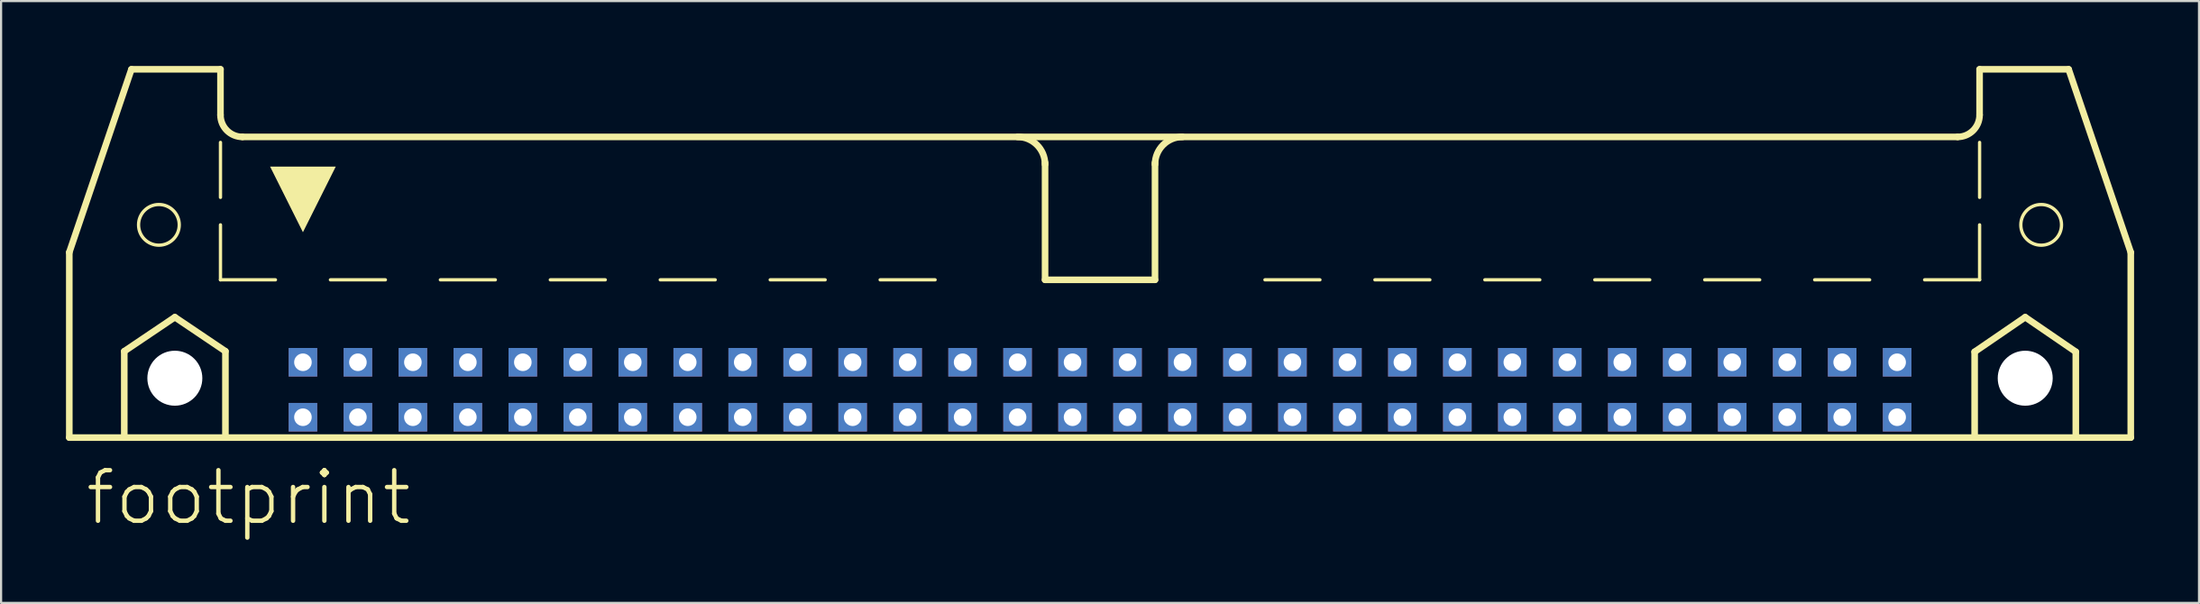
<source format=kicad_pcb>
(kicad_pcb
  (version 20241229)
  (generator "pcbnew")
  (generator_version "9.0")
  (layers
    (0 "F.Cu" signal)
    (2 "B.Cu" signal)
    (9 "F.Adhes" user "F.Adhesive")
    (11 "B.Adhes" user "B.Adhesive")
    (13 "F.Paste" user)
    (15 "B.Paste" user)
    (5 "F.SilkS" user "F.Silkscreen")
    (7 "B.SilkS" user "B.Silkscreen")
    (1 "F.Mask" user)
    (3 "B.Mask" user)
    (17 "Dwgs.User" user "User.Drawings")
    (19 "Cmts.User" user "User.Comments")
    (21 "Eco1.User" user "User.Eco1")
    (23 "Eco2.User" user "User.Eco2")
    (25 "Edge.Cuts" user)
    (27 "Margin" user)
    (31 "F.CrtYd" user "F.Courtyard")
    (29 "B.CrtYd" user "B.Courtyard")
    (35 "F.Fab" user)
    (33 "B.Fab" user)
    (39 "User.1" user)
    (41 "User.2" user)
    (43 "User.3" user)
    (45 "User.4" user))
  (footprint "footprint"
    (layer "F.Cu")
    (at 47.777 11.151)
    (property "Reference" "footprint" (at -46.99 10.16 0) (layer "F.SilkS") (effects (font (size 2.337 2.337) (thickness 0.203)) (justify left bottom)))
    (fp_line (start -47.625 -2.54) (end -47.625 6.02) (stroke (width 0.305) (type solid)) (layer "F.SilkS"))
    (fp_line (start -47.625 -2.54) (end -44.755 -10.998) (stroke (width 0.305) (type solid)) (layer "F.SilkS"))
    (fp_line (start -47.625 6.02) (end -45.085 6.02) (stroke (width 0.305) (type solid)) (layer "F.SilkS"))
    (fp_line (start -45.085 2.032) (end -42.748 0.457) (stroke (width 0.305) (type solid)) (layer "F.SilkS"))
    (fp_line (start -45.085 6.02) (end -45.085 2.032) (stroke (width 0.305) (type solid)) (layer "F.SilkS"))
    (fp_line (start -45.085 6.02) (end -40.411 6.02) (stroke (width 0.305) (type solid)) (layer "F.SilkS"))
    (fp_line (start -42.748 0.457) (end -40.411 2.032) (stroke (width 0.305) (type solid)) (layer "F.SilkS"))
    (fp_line (start -40.64 -10.998) (end -44.755 -10.998) (stroke (width 0.305) (type solid)) (layer "F.SilkS"))
    (fp_line (start -40.64 -8.89) (end -40.64 -10.998) (stroke (width 0.305) (type solid)) (layer "F.SilkS"))
    (fp_line (start -40.64 -5.08) (end -40.64 -7.62) (stroke (width 0.152) (type solid)) (layer "F.SilkS"))
    (fp_line (start -40.64 -1.27) (end -40.64 -3.81) (stroke (width 0.152) (type solid)) (layer "F.SilkS"))
    (fp_line (start -40.64 -1.27) (end -38.1 -1.27) (stroke (width 0.152) (type solid)) (layer "F.SilkS"))
    (fp_line (start -40.411 2.032) (end -40.411 6.02) (stroke (width 0.305) (type solid)) (layer "F.SilkS"))
    (fp_line (start -40.411 6.02) (end 40.411 6.02) (stroke (width 0.305) (type solid)) (layer "F.SilkS"))
    (fp_line (start -39.624 -7.874) (end 39.624 -7.874) (stroke (width 0.305) (type solid)) (layer "F.SilkS"))
    (fp_line (start -35.56 -1.27) (end -33.02 -1.27) (stroke (width 0.152) (type solid)) (layer "F.SilkS"))
    (fp_line (start -30.48 -1.27) (end -27.94 -1.27) (stroke (width 0.152) (type solid)) (layer "F.SilkS"))
    (fp_line (start -25.4 -1.27) (end -22.86 -1.27) (stroke (width 0.152) (type solid)) (layer "F.SilkS"))
    (fp_line (start -20.32 -1.27) (end -17.78 -1.27) (stroke (width 0.152) (type solid)) (layer "F.SilkS"))
    (fp_line (start -12.7 -1.27) (end -15.24 -1.27) (stroke (width 0.152) (type solid)) (layer "F.SilkS"))
    (fp_line (start -7.62 -1.27) (end -10.16 -1.27) (stroke (width 0.152) (type solid)) (layer "F.SilkS"))
    (fp_line (start -2.54 -1.27) (end -2.54 -6.68) (stroke (width 0.305) (type solid)) (layer "F.SilkS"))
    (fp_line (start 2.54 -1.27) (end -2.54 -1.27) (stroke (width 0.305) (type solid)) (layer "F.SilkS"))
    (fp_line (start 2.54 -1.27) (end 2.54 -6.68) (stroke (width 0.305) (type solid)) (layer "F.SilkS"))
    (fp_line (start 7.62 -1.27) (end 10.16 -1.27) (stroke (width 0.152) (type solid)) (layer "F.SilkS"))
    (fp_line (start 12.7 -1.27) (end 15.24 -1.27) (stroke (width 0.152) (type solid)) (layer "F.SilkS"))
    (fp_line (start 20.32 -1.27) (end 17.78 -1.27) (stroke (width 0.152) (type solid)) (layer "F.SilkS"))
    (fp_line (start 25.4 -1.27) (end 22.86 -1.27) (stroke (width 0.152) (type solid)) (layer "F.SilkS"))
    (fp_line (start 30.48 -1.27) (end 27.94 -1.27) (stroke (width 0.152) (type solid)) (layer "F.SilkS"))
    (fp_line (start 35.56 -1.27) (end 33.02 -1.27) (stroke (width 0.152) (type solid)) (layer "F.SilkS"))
    (fp_line (start 40.411 2.057) (end 42.748 0.457) (stroke (width 0.305) (type solid)) (layer "F.SilkS"))
    (fp_line (start 40.411 6.02) (end 40.411 2.057) (stroke (width 0.305) (type solid)) (layer "F.SilkS"))
    (fp_line (start 40.411 6.02) (end 45.085 6.02) (stroke (width 0.305) (type solid)) (layer "F.SilkS"))
    (fp_line (start 40.64 -10.998) (end 44.755 -10.998) (stroke (width 0.305) (type solid)) (layer "F.SilkS"))
    (fp_line (start 40.64 -8.89) (end 40.64 -10.998) (stroke (width 0.305) (type solid)) (layer "F.SilkS"))
    (fp_line (start 40.64 -5.08) (end 40.64 -7.62) (stroke (width 0.152) (type solid)) (layer "F.SilkS"))
    (fp_line (start 40.64 -1.27) (end 38.1 -1.27) (stroke (width 0.152) (type solid)) (layer "F.SilkS"))
    (fp_line (start 40.64 -1.27) (end 40.64 -3.81) (stroke (width 0.152) (type solid)) (layer "F.SilkS"))
    (fp_line (start 42.748 0.457) (end 45.085 2.057) (stroke (width 0.305) (type solid)) (layer "F.SilkS"))
    (fp_line (start 45.085 2.057) (end 45.085 6.02) (stroke (width 0.305) (type solid)) (layer "F.SilkS"))
    (fp_line (start 45.085 6.02) (end 47.625 6.02) (stroke (width 0.305) (type solid)) (layer "F.SilkS"))
    (fp_line (start 47.625 -2.54) (end 44.755 -10.998) (stroke (width 0.305) (type solid)) (layer "F.SilkS"))
    (fp_line (start 47.625 6.02) (end 47.625 -2.54) (stroke (width 0.305) (type solid)) (layer "F.SilkS"))
    (fp_arc (start -39.624 -7.874) (mid -40.34242 -8.17158) (end -40.64 -8.89) (stroke (width 0.3048) (type solid)) (layer "F.SilkS"))
    (fp_arc (start -3.81 -7.874) (mid -2.911974 -7.502026) (end -2.54 -6.604) (stroke (width 0.3048) (type solid)) (layer "F.SilkS"))
    (fp_arc (start 2.54 -6.604) (mid 2.911974 -7.502026) (end 3.81 -7.874) (stroke (width 0.3048) (type solid)) (layer "F.SilkS"))
    (fp_arc (start 40.64 -8.89) (mid 40.34242 -8.17158) (end 39.624 -7.874) (stroke (width 0.3048) (type solid)) (layer "F.SilkS"))
    (fp_circle (center -43.485 -3.81) (end -42.545 -3.81) (stroke (width 0.152) (type solid)) (fill no) (layer "F.SilkS"))
    (fp_circle (center 43.485 -3.81) (end 44.425 -3.81) (stroke (width 0.152) (type solid)) (fill no) (layer "F.SilkS"))
    (fp_poly (pts (xy -36.83 -3.469) (xy -38.347 -6.502) (xy -35.313 -6.502)) (stroke (width 0) (type solid)) (fill yes) (layer "F.SilkS"))
    (pad "" np_thru_hole circle (at -42.748 3.277) (size 2.54 2.54) (drill 2.54) (layers "*.Cu" "*.Mask"))
    (pad "" np_thru_hole circle (at 42.748 3.277) (size 2.54 2.54) (drill 2.54) (layers "*.Cu" "*.Mask"))
    (pad "1" thru_hole rect (at -36.83 5.08) (size 1.321 1.321) (drill 0.813) (layers "*.Cu" "*.Mask"))
    (pad "2" thru_hole rect (at -36.83 2.54) (size 1.321 1.321) (drill 0.813) (layers "*.Cu" "*.Mask"))
    (pad "3" thru_hole rect (at -34.29 5.08) (size 1.321 1.321) (drill 0.813) (layers "*.Cu" "*.Mask"))
    (pad "4" thru_hole rect (at -34.29 2.54) (size 1.321 1.321) (drill 0.813) (layers "*.Cu" "*.Mask"))
    (pad "5" thru_hole rect (at -31.75 5.08) (size 1.321 1.321) (drill 0.813) (layers "*.Cu" "*.Mask"))
    (pad "6" thru_hole rect (at -31.75 2.54) (size 1.321 1.321) (drill 0.813) (layers "*.Cu" "*.Mask"))
    (pad "7" thru_hole rect (at -29.21 5.08) (size 1.321 1.321) (drill 0.813) (layers "*.Cu" "*.Mask"))
    (pad "8" thru_hole rect (at -29.21 2.54) (size 1.321 1.321) (drill 0.813) (layers "*.Cu" "*.Mask"))
    (pad "9" thru_hole rect (at -26.67 5.08) (size 1.321 1.321) (drill 0.813) (layers "*.Cu" "*.Mask"))
    (pad "10" thru_hole rect (at -26.67 2.54) (size 1.321 1.321) (drill 0.813) (layers "*.Cu" "*.Mask"))
    (pad "11" thru_hole rect (at -24.13 5.08) (size 1.321 1.321) (drill 0.813) (layers "*.Cu" "*.Mask"))
    (pad "12" thru_hole rect (at -24.13 2.54) (size 1.321 1.321) (drill 0.813) (layers "*.Cu" "*.Mask"))
    (pad "13" thru_hole rect (at -21.59 5.08) (size 1.321 1.321) (drill 0.813) (layers "*.Cu" "*.Mask"))
    (pad "14" thru_hole rect (at -21.59 2.54) (size 1.321 1.321) (drill 0.813) (layers "*.Cu" "*.Mask"))
    (pad "15" thru_hole rect (at -19.05 5.08) (size 1.321 1.321) (drill 0.813) (layers "*.Cu" "*.Mask"))
    (pad "16" thru_hole rect (at -19.05 2.54) (size 1.321 1.321) (drill 0.813) (layers "*.Cu" "*.Mask"))
    (pad "17" thru_hole rect (at -16.51 5.08) (size 1.321 1.321) (drill 0.813) (layers "*.Cu" "*.Mask"))
    (pad "18" thru_hole rect (at -16.51 2.54) (size 1.321 1.321) (drill 0.813) (layers "*.Cu" "*.Mask"))
    (pad "19" thru_hole rect (at -13.97 5.08) (size 1.321 1.321) (drill 0.813) (layers "*.Cu" "*.Mask"))
    (pad "20" thru_hole rect (at -13.97 2.54) (size 1.321 1.321) (drill 0.813) (layers "*.Cu" "*.Mask"))
    (pad "21" thru_hole rect (at -11.43 5.08) (size 1.321 1.321) (drill 0.813) (layers "*.Cu" "*.Mask"))
    (pad "22" thru_hole rect (at -11.43 2.54) (size 1.321 1.321) (drill 0.813) (layers "*.Cu" "*.Mask"))
    (pad "23" thru_hole rect (at -8.89 5.08) (size 1.321 1.321) (drill 0.813) (layers "*.Cu" "*.Mask"))
    (pad "24" thru_hole rect (at -8.89 2.54) (size 1.321 1.321) (drill 0.813) (layers "*.Cu" "*.Mask"))
    (pad "25" thru_hole rect (at -6.35 5.08) (size 1.321 1.321) (drill 0.813) (layers "*.Cu" "*.Mask"))
    (pad "26" thru_hole rect (at -6.35 2.54) (size 1.321 1.321) (drill 0.813) (layers "*.Cu" "*.Mask"))
    (pad "27" thru_hole rect (at -3.81 5.08) (size 1.321 1.321) (drill 0.813) (layers "*.Cu" "*.Mask"))
    (pad "28" thru_hole rect (at -3.81 2.54) (size 1.321 1.321) (drill 0.813) (layers "*.Cu" "*.Mask"))
    (pad "29" thru_hole rect (at -1.27 5.08) (size 1.321 1.321) (drill 0.813) (layers "*.Cu" "*.Mask"))
    (pad "30" thru_hole rect (at -1.27 2.54) (size 1.321 1.321) (drill 0.813) (layers "*.Cu" "*.Mask"))
    (pad "31" thru_hole rect (at 1.27 5.08) (size 1.321 1.321) (drill 0.813) (layers "*.Cu" "*.Mask"))
    (pad "32" thru_hole rect (at 1.27 2.54) (size 1.321 1.321) (drill 0.813) (layers "*.Cu" "*.Mask"))
    (pad "33" thru_hole rect (at 3.81 5.08) (size 1.321 1.321) (drill 0.813) (layers "*.Cu" "*.Mask"))
    (pad "34" thru_hole rect (at 3.81 2.54) (size 1.321 1.321) (drill 0.813) (layers "*.Cu" "*.Mask"))
    (pad "35" thru_hole rect (at 6.35 5.08) (size 1.321 1.321) (drill 0.813) (layers "*.Cu" "*.Mask"))
    (pad "36" thru_hole rect (at 6.35 2.54) (size 1.321 1.321) (drill 0.813) (layers "*.Cu" "*.Mask"))
    (pad "37" thru_hole rect (at 8.89 5.08) (size 1.321 1.321) (drill 0.813) (layers "*.Cu" "*.Mask"))
    (pad "38" thru_hole rect (at 8.89 2.54) (size 1.321 1.321) (drill 0.813) (layers "*.Cu" "*.Mask"))
    (pad "39" thru_hole rect (at 11.43 5.08) (size 1.321 1.321) (drill 0.813) (layers "*.Cu" "*.Mask"))
    (pad "40" thru_hole rect (at 11.43 2.54) (size 1.321 1.321) (drill 0.813) (layers "*.Cu" "*.Mask"))
    (pad "41" thru_hole rect (at 13.97 5.08) (size 1.321 1.321) (drill 0.813) (layers "*.Cu" "*.Mask"))
    (pad "42" thru_hole rect (at 13.97 2.54) (size 1.321 1.321) (drill 0.813) (layers "*.Cu" "*.Mask"))
    (pad "43" thru_hole rect (at 16.51 5.08) (size 1.321 1.321) (drill 0.813) (layers "*.Cu" "*.Mask"))
    (pad "44" thru_hole rect (at 16.51 2.54) (size 1.321 1.321) (drill 0.813) (layers "*.Cu" "*.Mask"))
    (pad "45" thru_hole rect (at 19.05 5.08) (size 1.321 1.321) (drill 0.813) (layers "*.Cu" "*.Mask"))
    (pad "46" thru_hole rect (at 19.05 2.54) (size 1.321 1.321) (drill 0.813) (layers "*.Cu" "*.Mask"))
    (pad "47" thru_hole rect (at 21.59 5.08) (size 1.321 1.321) (drill 0.813) (layers "*.Cu" "*.Mask"))
    (pad "48" thru_hole rect (at 21.59 2.54) (size 1.321 1.321) (drill 0.813) (layers "*.Cu" "*.Mask"))
    (pad "49" thru_hole rect (at 24.13 5.08) (size 1.321 1.321) (drill 0.813) (layers "*.Cu" "*.Mask"))
    (pad "50" thru_hole rect (at 24.13 2.54) (size 1.321 1.321) (drill 0.813) (layers "*.Cu" "*.Mask"))
    (pad "51" thru_hole rect (at 26.67 5.08) (size 1.321 1.321) (drill 0.813) (layers "*.Cu" "*.Mask"))
    (pad "52" thru_hole rect (at 26.67 2.54) (size 1.321 1.321) (drill 0.813) (layers "*.Cu" "*.Mask"))
    (pad "53" thru_hole rect (at 29.21 5.08) (size 1.321 1.321) (drill 0.813) (layers "*.Cu" "*.Mask"))
    (pad "54" thru_hole rect (at 29.21 2.54) (size 1.321 1.321) (drill 0.813) (layers "*.Cu" "*.Mask"))
    (pad "55" thru_hole rect (at 31.75 5.08) (size 1.321 1.321) (drill 0.813) (layers "*.Cu" "*.Mask"))
    (pad "56" thru_hole rect (at 31.75 2.54) (size 1.321 1.321) (drill 0.813) (layers "*.Cu" "*.Mask"))
    (pad "57" thru_hole rect (at 34.29 5.08) (size 1.321 1.321) (drill 0.813) (layers "*.Cu" "*.Mask"))
    (pad "58" thru_hole rect (at 34.29 2.54) (size 1.321 1.321) (drill 0.813) (layers "*.Cu" "*.Mask"))
    (pad "59" thru_hole rect (at 36.83 5.08) (size 1.321 1.321) (drill 0.813) (layers "*.Cu" "*.Mask"))
    (pad "60" thru_hole rect (at 36.83 2.54) (size 1.321 1.321) (drill 0.813) (layers "*.Cu" "*.Mask"))
    (zone (net_name "") (layer "F.Cu") (hatch edge 0.508) (connect_pads) (min_thickness 0.254) (filled_areas_thickness no) (keepout (tracks not_allowed) (vias not_allowed) (pads not_allowed) (copperpour not_allowed) (footprints allowed)) (placement (enabled no)) (fill) (polygon (pts (xy 6.96 14.427) (xy 6.93 14.092) (xy 6.843 13.767) (xy 6.701 13.462) (xy 6.508 13.186) (xy 6.27 12.948) (xy 5.994 12.755) (xy 5.689 12.613) (xy 5.364 12.526) (xy 5.029 12.497) (xy 4.694 12.526) (xy 4.369 12.613) (xy 4.064 12.755) (xy 3.788 12.948) (xy 3.55 13.186) (xy 3.357 13.462) (xy 3.215 13.767) (xy 3.128 14.092) (xy 3.099 14.427) (xy 3.128 14.762) (xy 3.215 15.087) (xy 3.357 15.392) (xy 3.55 15.668) (xy 3.788 15.906) (xy 4.064 16.099) (xy 4.369 16.241) (xy 4.694 16.328) (xy 5.029 16.358) (xy 5.364 16.328) (xy 5.689 16.241) (xy 5.994 16.099) (xy 6.27 15.906) (xy 6.508 15.668) (xy 6.701 15.392) (xy 6.843 15.087) (xy 6.93 14.762))))
    (zone (net_name "") (layer "F.Cu") (hatch edge 0.508) (connect_pads) (min_thickness 0.254) (filled_areas_thickness no) (keepout (tracks not_allowed) (vias not_allowed) (pads not_allowed) (copperpour not_allowed) (footprints allowed)) (placement (enabled no)) (fill) (polygon (pts (xy 92.456 14.427) (xy 92.427 14.092) (xy 92.34 13.767) (xy 92.197 13.462) (xy 92.004 13.186) (xy 91.766 12.948) (xy 91.491 12.755) (xy 91.186 12.613) (xy 90.861 12.526) (xy 90.526 12.497) (xy 90.19 12.526) (xy 89.865 12.613) (xy 89.56 12.755) (xy 89.285 12.948) (xy 89.047 13.186) (xy 88.854 13.462) (xy 88.712 13.767) (xy 88.625 14.092) (xy 88.595 14.427) (xy 88.625 14.762) (xy 88.712 15.087) (xy 88.854 15.392) (xy 89.047 15.668) (xy 89.285 15.906) (xy 89.56 16.099) (xy 89.865 16.241) (xy 90.19 16.328) (xy 90.526 16.358) (xy 90.861 16.328) (xy 91.186 16.241) (xy 91.491 16.099) (xy 91.766 15.906) (xy 92.004 15.668) (xy 92.197 15.392) (xy 92.34 15.087) (xy 92.427 14.762))))
    (zone (net_name "") (layer "B.Cu") (hatch edge 0.508) (connect_pads) (min_thickness 0.254) (filled_areas_thickness no) (keepout (tracks not_allowed) (vias not_allowed) (pads not_allowed) (copperpour not_allowed) (footprints allowed)) (placement (enabled no)) (fill) (polygon (pts (xy 6.96 14.427) (xy 6.93 14.092) (xy 6.843 13.767) (xy 6.701 13.462) (xy 6.508 13.186) (xy 6.27 12.948) (xy 5.994 12.755) (xy 5.689 12.613) (xy 5.364 12.526) (xy 5.029 12.497) (xy 4.694 12.526) (xy 4.369 12.613) (xy 4.064 12.755) (xy 3.788 12.948) (xy 3.55 13.186) (xy 3.357 13.462) (xy 3.215 13.767) (xy 3.128 14.092) (xy 3.099 14.427) (xy 3.128 14.762) (xy 3.215 15.087) (xy 3.357 15.392) (xy 3.55 15.668) (xy 3.788 15.906) (xy 4.064 16.099) (xy 4.369 16.241) (xy 4.694 16.328) (xy 5.029 16.358) (xy 5.364 16.328) (xy 5.689 16.241) (xy 5.994 16.099) (xy 6.27 15.906) (xy 6.508 15.668) (xy 6.701 15.392) (xy 6.843 15.087) (xy 6.93 14.762))))
    (zone (net_name "") (layer "B.Cu") (hatch edge 0.508) (connect_pads) (min_thickness 0.254) (filled_areas_thickness no) (keepout (tracks not_allowed) (vias not_allowed) (pads not_allowed) (copperpour not_allowed) (footprints allowed)) (placement (enabled no)) (fill) (polygon (pts (xy 92.456 14.427) (xy 92.427 14.092) (xy 92.34 13.767) (xy 92.197 13.462) (xy 92.004 13.186) (xy 91.766 12.948) (xy 91.491 12.755) (xy 91.186 12.613) (xy 90.861 12.526) (xy 90.526 12.497) (xy 90.19 12.526) (xy 89.865 12.613) (xy 89.56 12.755) (xy 89.285 12.948) (xy 89.047 13.186) (xy 88.854 13.462) (xy 88.712 13.767) (xy 88.625 14.092) (xy 88.595 14.427) (xy 88.625 14.762) (xy 88.712 15.087) (xy 88.854 15.392) (xy 89.047 15.668) (xy 89.285 15.906) (xy 89.56 16.099) (xy 89.865 16.241) (xy 90.19 16.328) (xy 90.526 16.358) (xy 90.861 16.328) (xy 91.186 16.241) (xy 91.491 16.099) (xy 91.766 15.906) (xy 92.004 15.668) (xy 92.197 15.392) (xy 92.34 15.087) (xy 92.427 14.762)))))
  (gr_rect
    (start -3 -3)
    (end 98.555 24.811)
    (stroke (width 0.1) (type default))
    (fill no)
    (layer "Edge.Cuts")))
</source>
